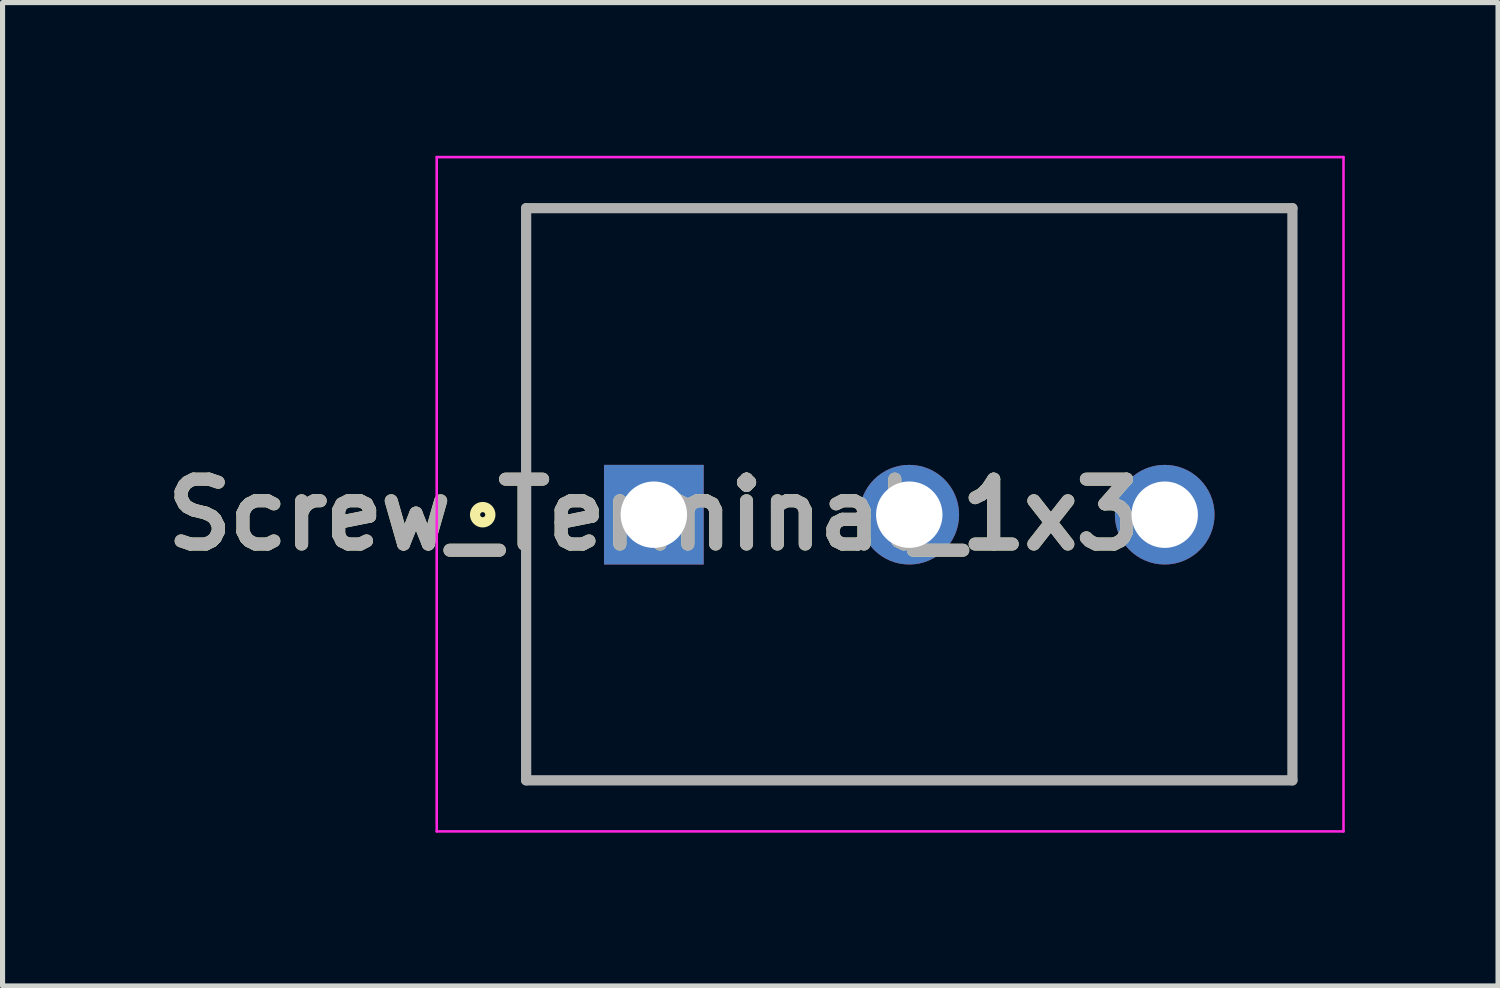
<source format=kicad_pcb>
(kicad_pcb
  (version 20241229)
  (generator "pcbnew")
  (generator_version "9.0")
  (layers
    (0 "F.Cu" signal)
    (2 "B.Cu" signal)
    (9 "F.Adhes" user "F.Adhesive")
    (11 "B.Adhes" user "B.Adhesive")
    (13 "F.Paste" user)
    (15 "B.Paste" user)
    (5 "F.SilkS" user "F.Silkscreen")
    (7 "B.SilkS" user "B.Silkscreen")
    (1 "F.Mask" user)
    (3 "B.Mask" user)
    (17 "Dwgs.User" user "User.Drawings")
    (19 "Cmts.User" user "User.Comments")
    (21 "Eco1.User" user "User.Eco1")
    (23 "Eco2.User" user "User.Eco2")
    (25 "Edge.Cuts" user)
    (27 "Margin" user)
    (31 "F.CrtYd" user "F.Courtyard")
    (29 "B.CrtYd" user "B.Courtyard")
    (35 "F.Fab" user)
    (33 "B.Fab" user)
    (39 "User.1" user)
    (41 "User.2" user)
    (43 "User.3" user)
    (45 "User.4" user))
  (footprint "Screw_Terminal_1x3"
    (layer "F.Cu")
    (at 9.749 7.025)
    (property "Reference" "Screw_Terminal_1x3" (at 0 0 0) (layer "F.SilkS") (effects (font (size 1.27 1.27) (thickness 0.254))))
    (attr through_hole)
    (fp_line (start -2.5 -6) (end 12.5 -6) (stroke (width 0.1) (type solid)) (layer "F.SilkS"))
    (fp_line (start -2.5 5.2) (end -2.5 -6) (stroke (width 0.1) (type solid)) (layer "F.SilkS"))
    (fp_line (start 12.5 -6) (end 12.5 5.2) (stroke (width 0.1) (type solid)) (layer "F.SilkS"))
    (fp_line (start 12.5 5.2) (end -2.5 5.2) (stroke (width 0.1) (type solid)) (layer "F.SilkS"))
    (fp_circle (center -3.35 0) (end -3.35 0.05) (stroke (width 0.2) (type solid)) (fill no) (layer "F.SilkS"))
    (fp_line (start -4.25 -7) (end 13.5 -7) (stroke (width 0.05) (type solid)) (layer "F.CrtYd"))
    (fp_line (start -4.25 6.2) (end -4.25 -7) (stroke (width 0.05) (type solid)) (layer "F.CrtYd"))
    (fp_line (start 13.5 -7) (end 13.5 6.2) (stroke (width 0.05) (type solid)) (layer "F.CrtYd"))
    (fp_line (start 13.5 6.2) (end -4.25 6.2) (stroke (width 0.05) (type solid)) (layer "F.CrtYd"))
    (fp_line (start -2.5 -6) (end 12.5 -6) (stroke (width 0.2) (type solid)) (layer "F.Fab"))
    (fp_line (start -2.5 5.2) (end -2.5 -6) (stroke (width 0.2) (type solid)) (layer "F.Fab"))
    (fp_line (start 12.5 -6) (end 12.5 5.2) (stroke (width 0.2) (type solid)) (layer "F.Fab"))
    (fp_line (start 12.5 5.2) (end -2.5 5.2) (stroke (width 0.2) (type solid)) (layer "F.Fab"))
    (fp_text user "${REFERENCE}" (at 0 0 0) (layer "F.Fab") (effects (font (size 1.27 1.27) (thickness 0.254))))
    (pad "1" thru_hole rect (at 0 0) (size 1.95 1.95) (drill 1.3) (layers "*.Cu" "*.Mask"))
    (pad "2" thru_hole circle (at 5 0) (size 1.95 1.95) (drill 1.3) (layers "*.Cu" "*.Mask"))
    (pad "3" thru_hole circle (at 10 0) (size 1.95 1.95) (drill 1.3) (layers "*.Cu" "*.Mask")))
  (gr_rect
    (start -3 -3)
    (end 26.274 16.25)
    (stroke (width 0.1) (type default))
    (fill no)
    (layer "Edge.Cuts")))
</source>
